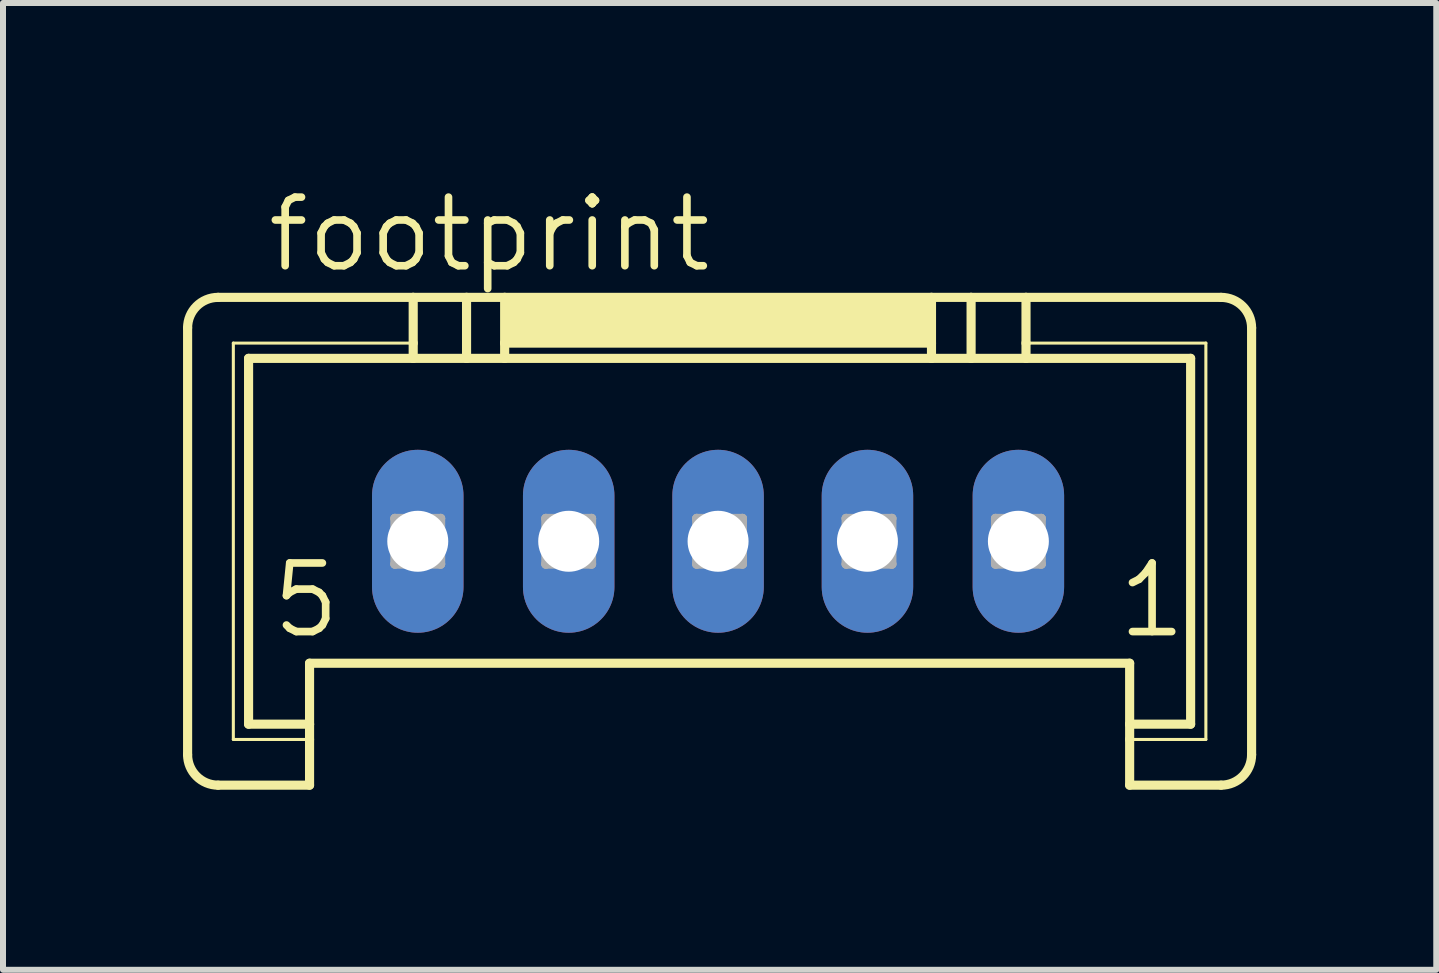
<source format=kicad_pcb>
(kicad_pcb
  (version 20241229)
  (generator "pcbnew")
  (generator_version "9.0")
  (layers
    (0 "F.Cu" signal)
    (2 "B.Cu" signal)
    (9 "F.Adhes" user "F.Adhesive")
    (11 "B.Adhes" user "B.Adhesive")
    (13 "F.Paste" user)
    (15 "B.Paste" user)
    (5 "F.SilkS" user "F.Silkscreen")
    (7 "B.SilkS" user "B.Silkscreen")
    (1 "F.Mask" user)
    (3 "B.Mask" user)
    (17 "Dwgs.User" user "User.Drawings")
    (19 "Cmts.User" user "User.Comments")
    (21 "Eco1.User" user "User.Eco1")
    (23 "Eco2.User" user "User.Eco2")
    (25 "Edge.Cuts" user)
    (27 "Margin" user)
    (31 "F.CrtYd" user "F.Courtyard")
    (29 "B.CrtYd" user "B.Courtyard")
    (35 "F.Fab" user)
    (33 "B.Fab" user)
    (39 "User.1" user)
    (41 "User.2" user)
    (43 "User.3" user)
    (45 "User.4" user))
  (footprint "footprint"
    (layer "F.Cu")
    (at 8.915 3.429)
    (property "Reference" "footprint" (at -7.569 -1.905 0) (layer "F.SilkS") (effects (font (size 1.143 1.143) (thickness 0.127)) (justify left bottom)))
    (fp_line (start -8.839 6.096) (end -8.839 -1.016) (stroke (width 0.152) (type solid)) (layer "F.SilkS"))
    (fp_line (start -8.331 -1.524) (end -5.08 -1.524) (stroke (width 0.152) (type solid)) (layer "F.SilkS"))
    (fp_line (start -8.077 -0.762) (end -5.08 -0.762) (stroke (width 0.051) (type solid)) (layer "F.SilkS"))
    (fp_line (start -8.077 5.842) (end -8.077 -0.762) (stroke (width 0.051) (type solid)) (layer "F.SilkS"))
    (fp_line (start -7.823 -0.508) (end -5.08 -0.508) (stroke (width 0.152) (type solid)) (layer "F.SilkS"))
    (fp_line (start -7.823 5.588) (end -7.823 -0.508) (stroke (width 0.152) (type solid)) (layer "F.SilkS"))
    (fp_line (start -6.807 5.588) (end -7.823 5.588) (stroke (width 0.152) (type solid)) (layer "F.SilkS"))
    (fp_line (start -6.807 5.588) (end -6.807 4.572) (stroke (width 0.152) (type solid)) (layer "F.SilkS"))
    (fp_line (start -6.807 5.588) (end -6.807 5.842) (stroke (width 0.152) (type solid)) (layer "F.SilkS"))
    (fp_line (start -6.807 5.842) (end -8.077 5.842) (stroke (width 0.051) (type solid)) (layer "F.SilkS"))
    (fp_line (start -6.807 5.842) (end -6.807 6.604) (stroke (width 0.152) (type solid)) (layer "F.SilkS"))
    (fp_line (start -6.807 6.604) (end -8.331 6.604) (stroke (width 0.152) (type solid)) (layer "F.SilkS"))
    (fp_line (start -5.08 -1.524) (end -5.08 -0.762) (stroke (width 0.152) (type solid)) (layer "F.SilkS"))
    (fp_line (start -5.08 -1.524) (end -4.191 -1.524) (stroke (width 0.152) (type solid)) (layer "F.SilkS"))
    (fp_line (start -5.08 -0.762) (end -5.08 -0.508) (stroke (width 0.152) (type solid)) (layer "F.SilkS"))
    (fp_line (start -5.08 -0.508) (end -4.191 -0.508) (stroke (width 0.152) (type solid)) (layer "F.SilkS"))
    (fp_line (start -4.191 -1.524) (end -4.191 -0.508) (stroke (width 0.152) (type solid)) (layer "F.SilkS"))
    (fp_line (start -4.191 -1.524) (end -3.556 -1.524) (stroke (width 0.152) (type solid)) (layer "F.SilkS"))
    (fp_line (start -4.191 -0.508) (end -3.556 -0.508) (stroke (width 0.152) (type solid)) (layer "F.SilkS"))
    (fp_line (start -3.556 -1.524) (end -3.556 -0.762) (stroke (width 0.152) (type solid)) (layer "F.SilkS"))
    (fp_line (start -3.556 -1.524) (end 3.556 -1.524) (stroke (width 0.152) (type solid)) (layer "F.SilkS"))
    (fp_line (start -3.556 -0.762) (end -3.556 -0.508) (stroke (width 0.152) (type solid)) (layer "F.SilkS"))
    (fp_line (start -3.556 -0.762) (end 3.556 -0.762) (stroke (width 0.152) (type solid)) (layer "F.SilkS"))
    (fp_line (start -3.556 -0.508) (end 3.556 -0.508) (stroke (width 0.152) (type solid)) (layer "F.SilkS"))
    (fp_line (start 3.556 -1.524) (end 3.556 -0.762) (stroke (width 0.152) (type solid)) (layer "F.SilkS"))
    (fp_line (start 3.556 -1.524) (end 4.216 -1.524) (stroke (width 0.152) (type solid)) (layer "F.SilkS"))
    (fp_line (start 3.556 -0.762) (end 3.556 -0.508) (stroke (width 0.152) (type solid)) (layer "F.SilkS"))
    (fp_line (start 3.556 -0.508) (end 4.216 -0.508) (stroke (width 0.152) (type solid)) (layer "F.SilkS"))
    (fp_line (start 4.216 -1.524) (end 4.216 -0.508) (stroke (width 0.152) (type solid)) (layer "F.SilkS"))
    (fp_line (start 4.216 -1.524) (end 5.131 -1.524) (stroke (width 0.152) (type solid)) (layer "F.SilkS"))
    (fp_line (start 4.216 -0.508) (end 5.131 -0.508) (stroke (width 0.152) (type solid)) (layer "F.SilkS"))
    (fp_line (start 5.131 -1.524) (end 5.131 -0.762) (stroke (width 0.152) (type solid)) (layer "F.SilkS"))
    (fp_line (start 5.131 -1.524) (end 8.382 -1.524) (stroke (width 0.152) (type solid)) (layer "F.SilkS"))
    (fp_line (start 5.131 -0.762) (end 5.131 -0.508) (stroke (width 0.152) (type solid)) (layer "F.SilkS"))
    (fp_line (start 5.131 -0.508) (end 7.874 -0.508) (stroke (width 0.152) (type solid)) (layer "F.SilkS"))
    (fp_line (start 6.858 4.572) (end -6.807 4.572) (stroke (width 0.152) (type solid)) (layer "F.SilkS"))
    (fp_line (start 6.858 5.588) (end 6.858 4.572) (stroke (width 0.152) (type solid)) (layer "F.SilkS"))
    (fp_line (start 6.858 5.842) (end 6.858 5.588) (stroke (width 0.152) (type solid)) (layer "F.SilkS"))
    (fp_line (start 6.858 6.604) (end 6.858 5.842) (stroke (width 0.152) (type solid)) (layer "F.SilkS"))
    (fp_line (start 7.874 -0.508) (end 7.874 5.588) (stroke (width 0.152) (type solid)) (layer "F.SilkS"))
    (fp_line (start 7.874 5.588) (end 6.858 5.588) (stroke (width 0.152) (type solid)) (layer "F.SilkS"))
    (fp_line (start 8.128 -0.762) (end 5.131 -0.762) (stroke (width 0.051) (type solid)) (layer "F.SilkS"))
    (fp_line (start 8.128 -0.762) (end 8.128 5.842) (stroke (width 0.051) (type solid)) (layer "F.SilkS"))
    (fp_line (start 8.128 5.842) (end 6.858 5.842) (stroke (width 0.051) (type solid)) (layer "F.SilkS"))
    (fp_line (start 8.382 6.604) (end 6.858 6.604) (stroke (width 0.152) (type solid)) (layer "F.SilkS"))
    (fp_line (start 8.89 -1.016) (end 8.89 6.096) (stroke (width 0.152) (type solid)) (layer "F.SilkS"))
    (fp_arc (start -8.8392 -1.016) (mid -8.69041 -1.37521) (end -8.3312 -1.524) (stroke (width 0.1524) (type solid)) (layer "F.SilkS"))
    (fp_arc (start -8.3312 6.604) (mid -8.69041 6.45521) (end -8.8392 6.096) (stroke (width 0.1524) (type solid)) (layer "F.SilkS"))
    (fp_arc (start 8.382 -1.524) (mid 8.74121 -1.37521) (end 8.89 -1.016) (stroke (width 0.1524) (type solid)) (layer "F.SilkS"))
    (fp_arc (start 8.89 6.096) (mid 8.74121 6.45521) (end 8.382 6.604) (stroke (width 0.1524) (type solid)) (layer "F.SilkS"))
    (fp_poly (pts (xy -3.556 -0.762) (xy 3.556 -0.762) (xy 3.556 -1.524) (xy -3.556 -1.524)) (stroke (width 0) (type solid)) (fill yes) (layer "F.SilkS"))
    (fp_line (start -5.385 2.159) (end -5.385 2.921) (stroke (width 0.152) (type solid)) (layer "F.Fab"))
    (fp_line (start -5.385 2.159) (end -4.623 2.921) (stroke (width 0.152) (type solid)) (layer "F.Fab"))
    (fp_line (start -5.385 2.921) (end -4.623 2.921) (stroke (width 0.152) (type solid)) (layer "F.Fab"))
    (fp_line (start -4.623 2.159) (end -5.385 2.159) (stroke (width 0.152) (type solid)) (layer "F.Fab"))
    (fp_line (start -4.623 2.159) (end -5.385 2.921) (stroke (width 0.152) (type solid)) (layer "F.Fab"))
    (fp_line (start -4.623 2.921) (end -4.623 2.159) (stroke (width 0.152) (type solid)) (layer "F.Fab"))
    (fp_line (start -2.87 2.159) (end -2.87 2.921) (stroke (width 0.152) (type solid)) (layer "F.Fab"))
    (fp_line (start -2.87 2.159) (end -2.108 2.921) (stroke (width 0.152) (type solid)) (layer "F.Fab"))
    (fp_line (start -2.87 2.921) (end -2.108 2.921) (stroke (width 0.152) (type solid)) (layer "F.Fab"))
    (fp_line (start -2.108 2.159) (end -2.87 2.159) (stroke (width 0.152) (type solid)) (layer "F.Fab"))
    (fp_line (start -2.108 2.159) (end -2.87 2.921) (stroke (width 0.152) (type solid)) (layer "F.Fab"))
    (fp_line (start -2.108 2.921) (end -2.108 2.159) (stroke (width 0.152) (type solid)) (layer "F.Fab"))
    (fp_line (start -0.356 2.159) (end -0.356 2.921) (stroke (width 0.152) (type solid)) (layer "F.Fab"))
    (fp_line (start -0.356 2.159) (end 0.406 2.921) (stroke (width 0.152) (type solid)) (layer "F.Fab"))
    (fp_line (start -0.356 2.921) (end 0.406 2.921) (stroke (width 0.152) (type solid)) (layer "F.Fab"))
    (fp_line (start 0.406 2.159) (end -0.356 2.159) (stroke (width 0.152) (type solid)) (layer "F.Fab"))
    (fp_line (start 0.406 2.159) (end -0.356 2.921) (stroke (width 0.152) (type solid)) (layer "F.Fab"))
    (fp_line (start 0.406 2.921) (end 0.406 2.159) (stroke (width 0.152) (type solid)) (layer "F.Fab"))
    (fp_line (start 2.134 2.159) (end 2.134 2.921) (stroke (width 0.152) (type solid)) (layer "F.Fab"))
    (fp_line (start 2.134 2.159) (end 2.896 2.921) (stroke (width 0.152) (type solid)) (layer "F.Fab"))
    (fp_line (start 2.134 2.921) (end 2.896 2.921) (stroke (width 0.152) (type solid)) (layer "F.Fab"))
    (fp_line (start 2.896 2.159) (end 2.134 2.159) (stroke (width 0.152) (type solid)) (layer "F.Fab"))
    (fp_line (start 2.896 2.159) (end 2.134 2.921) (stroke (width 0.152) (type solid)) (layer "F.Fab"))
    (fp_line (start 2.896 2.921) (end 2.896 2.159) (stroke (width 0.152) (type solid)) (layer "F.Fab"))
    (fp_line (start 4.623 2.159) (end 4.623 2.921) (stroke (width 0.152) (type solid)) (layer "F.Fab"))
    (fp_line (start 4.623 2.159) (end 5.385 2.921) (stroke (width 0.152) (type solid)) (layer "F.Fab"))
    (fp_line (start 4.623 2.921) (end 5.385 2.921) (stroke (width 0.152) (type solid)) (layer "F.Fab"))
    (fp_line (start 5.385 2.159) (end 4.623 2.159) (stroke (width 0.152) (type solid)) (layer "F.Fab"))
    (fp_line (start 5.385 2.159) (end 4.623 2.921) (stroke (width 0.152) (type solid)) (layer "F.Fab"))
    (fp_line (start 5.385 2.921) (end 5.385 2.159) (stroke (width 0.152) (type solid)) (layer "F.Fab"))
    (fp_text user "5" (at -7.493 4.191 0) (layer "F.SilkS") (effects (font (size 1.143 1.143) (thickness 0.127)) (justify left bottom)))
    (fp_text user "1" (at 6.604 4.191 0) (layer "F.SilkS") (effects (font (size 1.143 1.143) (thickness 0.127)) (justify left bottom)))
    (pad "1" thru_hole oval (at 5.004 2.54 90) (size 3.048 1.524) (drill 1.016) (layers "*.Cu" "*.Mask"))
    (pad "2" thru_hole oval (at 2.489 2.54 90) (size 3.048 1.524) (drill 1.016) (layers "*.Cu" "*.Mask"))
    (pad "3" thru_hole oval (at 0 2.54 90) (size 3.048 1.524) (drill 1.016) (layers "*.Cu" "*.Mask"))
    (pad "4" thru_hole oval (at -2.489 2.54 90) (size 3.048 1.524) (drill 1.016) (layers "*.Cu" "*.Mask"))
    (pad "5" thru_hole oval (at -5.004 2.54 90) (size 3.048 1.524) (drill 1.016) (layers "*.Cu" "*.Mask")))
  (gr_rect
    (start -3 -3)
    (end 20.882 13.109)
    (stroke (width 0.1) (type default))
    (fill no)
    (layer "Edge.Cuts")))
</source>
